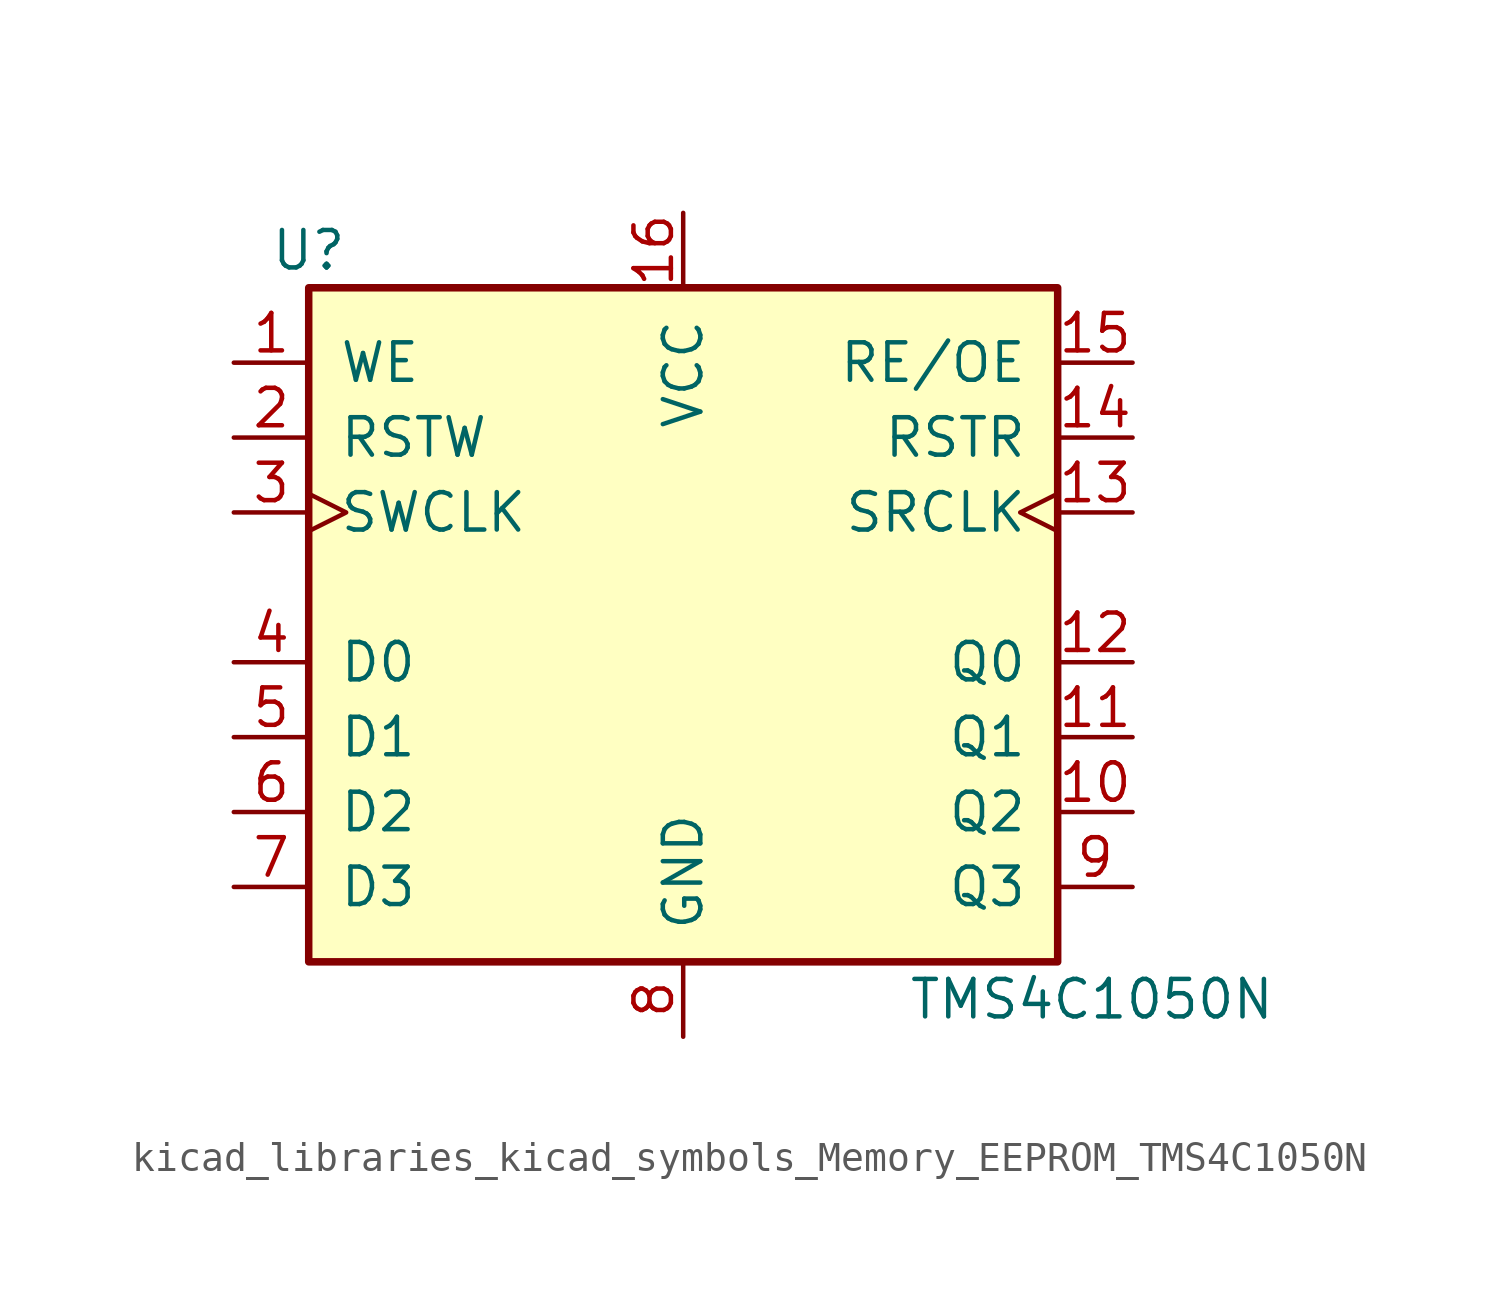
<source format=kicad_sym>
(kicad_symbol_lib
  (version 20220914)
  (generator kicad_symbol_editor)
  (symbol "kicad_libraries_kicad_symbols_Memory_EEPROM_TMS4C1050N"
    (pin_names
      (offset 1.016))
    (property "Reference" "U"
      (at -12.7 11.43 0)
      (effects (font (size 1.27 1.27))))
    (property "Value" "TMS4C1050N"
      (at 7.62 -13.97 0)
      (effects (font (size 1.27 1.27)) (justify left)))
    (symbol "kicad_libraries_kicad_symbols_Memory_EEPROM_TMS4C1050N_1_1"
      (rectangle (start -12.7 10.16) (end 12.7 -12.7) (stroke (width 0.254) (type default)) (fill (type background)))
      (pin input line (at -15.24 7.62 0) (length 2.54) (name "WE" (effects (font (size 1.27 1.27)))) (number "1" (effects (font (size 1.27 1.27)))))
      (pin tri_state line (at 15.24 -7.62 180) (length 2.54) (name "Q2" (effects (font (size 1.27 1.27)))) (number "10" (effects (font (size 1.27 1.27)))))
      (pin tri_state line (at 15.24 -5.08 180) (length 2.54) (name "Q1" (effects (font (size 1.27 1.27)))) (number "11" (effects (font (size 1.27 1.27)))))
      (pin tri_state line (at 15.24 -2.54 180) (length 2.54) (name "Q0" (effects (font (size 1.27 1.27)))) (number "12" (effects (font (size 1.27 1.27)))))
      (pin input clock (at 15.24 2.54 180) (length 2.54) (name "SRCLK" (effects (font (size 1.27 1.27)))) (number "13" (effects (font (size 1.27 1.27)))))
      (pin input line (at 15.24 5.08 180) (length 2.54) (name "RSTR" (effects (font (size 1.27 1.27)))) (number "14" (effects (font (size 1.27 1.27)))))
      (pin input line (at 15.24 7.62 180) (length 2.54) (name "RE/OE" (effects (font (size 1.27 1.27)))) (number "15" (effects (font (size 1.27 1.27)))))
      (pin power_in line (at 0 12.7 270) (length 2.54) (name "VCC" (effects (font (size 1.27 1.27)))) (number "16" (effects (font (size 1.27 1.27)))))
      (pin input line (at -15.24 5.08 0) (length 2.54) (name "RSTW" (effects (font (size 1.27 1.27)))) (number "2" (effects (font (size 1.27 1.27)))))
      (pin input clock (at -15.24 2.54 0) (length 2.54) (name "SWCLK" (effects (font (size 1.27 1.27)))) (number "3" (effects (font (size 1.27 1.27)))))
      (pin input line (at -15.24 -2.54 0) (length 2.54) (name "D0" (effects (font (size 1.27 1.27)))) (number "4" (effects (font (size 1.27 1.27)))))
      (pin input line (at -15.24 -5.08 0) (length 2.54) (name "D1" (effects (font (size 1.27 1.27)))) (number "5" (effects (font (size 1.27 1.27)))))
      (pin input line (at -15.24 -7.62 0) (length 2.54) (name "D2" (effects (font (size 1.27 1.27)))) (number "6" (effects (font (size 1.27 1.27)))))
      (pin input line (at -15.24 -10.16 0) (length 2.54) (name "D3" (effects (font (size 1.27 1.27)))) (number "7" (effects (font (size 1.27 1.27)))))
      (pin power_in line (at 0 -15.24 90) (length 2.54) (name "GND" (effects (font (size 1.27 1.27)))) (number "8" (effects (font (size 1.27 1.27)))))
      (pin tri_state line (at 15.24 -10.16 180) (length 2.54) (name "Q3" (effects (font (size 1.27 1.27)))) (number "9" (effects (font (size 1.27 1.27))))))))
</source>
